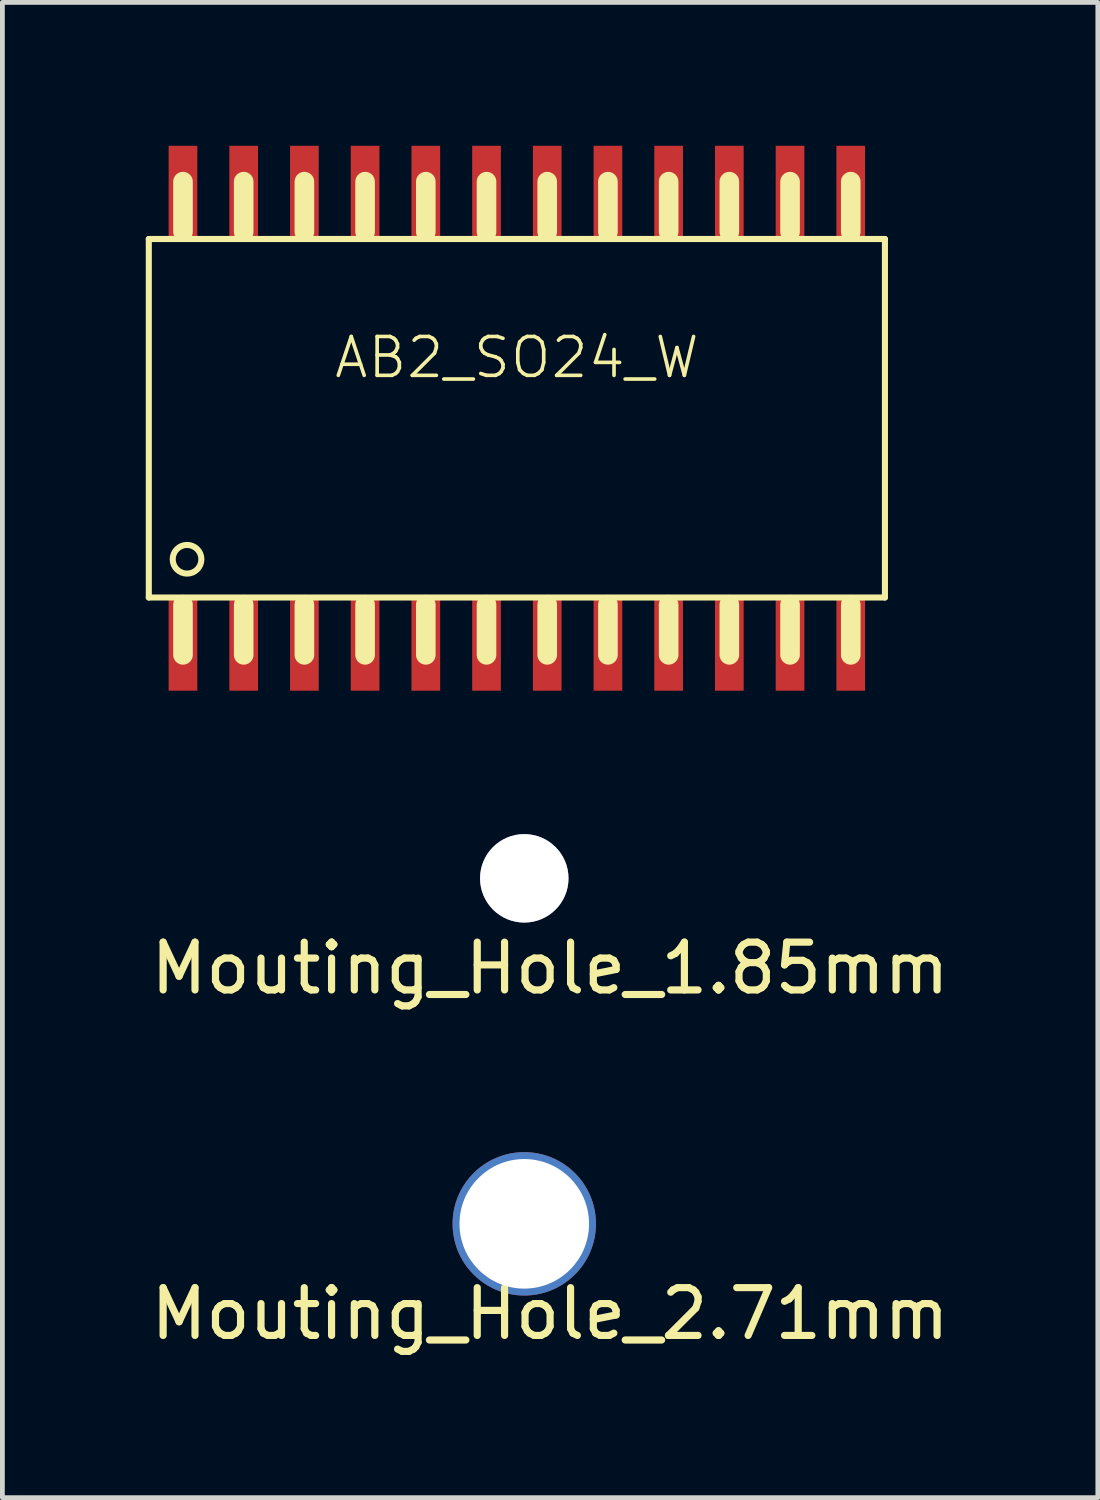
<source format=kicad_pcb>
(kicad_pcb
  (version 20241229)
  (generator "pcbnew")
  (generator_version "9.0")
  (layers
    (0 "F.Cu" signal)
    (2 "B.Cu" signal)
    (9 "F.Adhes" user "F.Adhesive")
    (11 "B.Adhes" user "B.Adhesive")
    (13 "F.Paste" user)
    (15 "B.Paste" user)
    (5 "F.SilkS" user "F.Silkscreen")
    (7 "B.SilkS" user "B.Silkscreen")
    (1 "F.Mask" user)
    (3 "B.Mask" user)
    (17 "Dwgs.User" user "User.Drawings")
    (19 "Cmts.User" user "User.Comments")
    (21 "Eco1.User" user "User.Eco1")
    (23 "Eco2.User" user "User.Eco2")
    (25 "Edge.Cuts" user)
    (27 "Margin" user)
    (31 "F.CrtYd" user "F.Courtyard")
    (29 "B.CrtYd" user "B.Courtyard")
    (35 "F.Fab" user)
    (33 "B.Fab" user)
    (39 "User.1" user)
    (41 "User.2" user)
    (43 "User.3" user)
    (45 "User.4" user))
  (footprint "Mouting_Hole_2.71mm"
    (layer "F.Cu")
    (at 7.918 22.553)
    (property "Reference" "Mouting_Hole_2.71mm" (at 0.54 1.88 0) (layer "F.SilkS") (effects (font (size 1 1) (thickness 0.15))))
    (attr through_hole)
    (pad "1" thru_hole circle (at 0 0) (size 3 3) (drill 2.71) (layers "*.Cu")))
  (footprint "Mouting_Hole_1.85mm"
    (layer "F.Cu")
    (at 7.918 15.325)
    (property "Reference" "Mouting_Hole_1.85mm" (at 0.54 1.88 0) (layer "F.SilkS") (effects (font (size 1 1) (thickness 0.15))))
    (attr through_hole)
    (pad "1" thru_hole circle (at 0 0) (size 1.85 1.85) (drill 1.85) (layers "*.Cu")))
  (footprint "AB2_SO24_W"
    (layer "F.Cu")
    (at 7.763 5.7)
    (property "Reference" "AB2_SO24_W" (at 0 -1.27 0) (layer "F.SilkS") (effects (font (size 0.813 0.813) (thickness 0.076))))
    (attr through_hole)
    (fp_line (start -7.7 -3.75) (end 7.7 -3.75) (stroke (width 0.127) (type solid)) (layer "F.SilkS"))
    (fp_line (start -7.7 3.75) (end -7.7 -3.75) (stroke (width 0.127) (type solid)) (layer "F.SilkS"))
    (fp_line (start -6.985 -4.95) (end -6.985 -3.9) (stroke (width 0.41) (type solid)) (layer "F.SilkS"))
    (fp_line (start -6.985 3.9) (end -6.985 4.95) (stroke (width 0.41) (type solid)) (layer "F.SilkS"))
    (fp_line (start -5.715 -4.95) (end -5.715 -3.9) (stroke (width 0.41) (type solid)) (layer "F.SilkS"))
    (fp_line (start -5.715 3.9) (end -5.715 4.95) (stroke (width 0.41) (type solid)) (layer "F.SilkS"))
    (fp_line (start -4.445 -4.95) (end -4.445 -3.9) (stroke (width 0.41) (type solid)) (layer "F.SilkS"))
    (fp_line (start -4.445 3.9) (end -4.445 4.95) (stroke (width 0.41) (type solid)) (layer "F.SilkS"))
    (fp_line (start -3.175 -4.95) (end -3.175 -3.9) (stroke (width 0.41) (type solid)) (layer "F.SilkS"))
    (fp_line (start -3.175 3.9) (end -3.175 4.95) (stroke (width 0.41) (type solid)) (layer "F.SilkS"))
    (fp_line (start -1.905 -4.95) (end -1.905 -3.9) (stroke (width 0.41) (type solid)) (layer "F.SilkS"))
    (fp_line (start -1.905 3.9) (end -1.905 4.95) (stroke (width 0.41) (type solid)) (layer "F.SilkS"))
    (fp_line (start -0.635 -4.95) (end -0.635 -3.9) (stroke (width 0.41) (type solid)) (layer "F.SilkS"))
    (fp_line (start -0.635 3.9) (end -0.635 4.95) (stroke (width 0.41) (type solid)) (layer "F.SilkS"))
    (fp_line (start 0.635 -4.95) (end 0.635 -3.9) (stroke (width 0.41) (type solid)) (layer "F.SilkS"))
    (fp_line (start 0.635 3.9) (end 0.635 4.95) (stroke (width 0.41) (type solid)) (layer "F.SilkS"))
    (fp_line (start 1.905 -4.95) (end 1.905 -3.9) (stroke (width 0.41) (type solid)) (layer "F.SilkS"))
    (fp_line (start 1.905 3.9) (end 1.905 4.95) (stroke (width 0.41) (type solid)) (layer "F.SilkS"))
    (fp_line (start 3.175 -4.95) (end 3.175 -3.9) (stroke (width 0.41) (type solid)) (layer "F.SilkS"))
    (fp_line (start 3.175 3.9) (end 3.175 4.95) (stroke (width 0.41) (type solid)) (layer "F.SilkS"))
    (fp_line (start 4.445 -4.95) (end 4.445 -3.9) (stroke (width 0.41) (type solid)) (layer "F.SilkS"))
    (fp_line (start 4.445 3.9) (end 4.445 4.95) (stroke (width 0.41) (type solid)) (layer "F.SilkS"))
    (fp_line (start 5.715 -4.95) (end 5.715 -3.9) (stroke (width 0.41) (type solid)) (layer "F.SilkS"))
    (fp_line (start 5.715 3.9) (end 5.715 4.95) (stroke (width 0.41) (type solid)) (layer "F.SilkS"))
    (fp_line (start 6.985 -4.95) (end 6.985 -3.9) (stroke (width 0.41) (type solid)) (layer "F.SilkS"))
    (fp_line (start 6.985 3.9) (end 6.985 4.95) (stroke (width 0.41) (type solid)) (layer "F.SilkS"))
    (fp_line (start 7.7 -3.75) (end 7.7 3.75) (stroke (width 0.127) (type solid)) (layer "F.SilkS"))
    (fp_line (start 7.7 3.75) (end -7.7 3.75) (stroke (width 0.127) (type solid)) (layer "F.SilkS"))
    (fp_circle (center -6.9 2.95) (end -6.9 2.65) (stroke (width 0.127) (type solid)) (fill no) (layer "F.SilkS"))
    (pad "1" smd rect (at -6.985 4.7) (size 0.6 2) (layers "F.Cu" "F.Mask" "F.Paste"))
    (pad "2" smd rect (at -5.715 4.7) (size 0.6 2) (layers "F.Cu" "F.Mask" "F.Paste"))
    (pad "3" smd rect (at -4.445 4.7) (size 0.6 2) (layers "F.Cu" "F.Mask" "F.Paste"))
    (pad "4" smd rect (at -3.175 4.7) (size 0.6 2) (layers "F.Cu" "F.Mask" "F.Paste"))
    (pad "5" smd rect (at -1.905 4.7) (size 0.6 2) (layers "F.Cu" "F.Mask" "F.Paste"))
    (pad "6" smd rect (at -0.635 4.7) (size 0.6 2) (layers "F.Cu" "F.Mask" "F.Paste"))
    (pad "7" smd rect (at 0.635 4.7) (size 0.6 2) (layers "F.Cu" "F.Mask" "F.Paste"))
    (pad "8" smd rect (at 1.905 4.7) (size 0.6 2) (layers "F.Cu" "F.Mask" "F.Paste"))
    (pad "9" smd rect (at 3.175 4.7) (size 0.6 2) (layers "F.Cu" "F.Mask" "F.Paste"))
    (pad "10" smd rect (at 4.445 4.7) (size 0.6 2) (layers "F.Cu" "F.Mask" "F.Paste"))
    (pad "11" smd rect (at 5.715 4.7) (size 0.6 2) (layers "F.Cu" "F.Mask" "F.Paste"))
    (pad "12" smd rect (at 6.985 4.7) (size 0.6 2) (layers "F.Cu" "F.Mask" "F.Paste"))
    (pad "13" smd rect (at 6.985 -4.7) (size 0.6 2) (layers "F.Cu" "F.Mask" "F.Paste"))
    (pad "14" smd rect (at 5.715 -4.7) (size 0.6 2) (layers "F.Cu" "F.Mask" "F.Paste"))
    (pad "15" smd rect (at 4.445 -4.7) (size 0.6 2) (layers "F.Cu" "F.Mask" "F.Paste"))
    (pad "16" smd rect (at 3.175 -4.7) (size 0.6 2) (layers "F.Cu" "F.Mask" "F.Paste"))
    (pad "17" smd rect (at 1.905 -4.7) (size 0.6 2) (layers "F.Cu" "F.Mask" "F.Paste"))
    (pad "18" smd rect (at 0.635 -4.7) (size 0.6 2) (layers "F.Cu" "F.Mask" "F.Paste"))
    (pad "19" smd rect (at -0.635 -4.7) (size 0.6 2) (layers "F.Cu" "F.Mask" "F.Paste"))
    (pad "20" smd rect (at -1.905 -4.7) (size 0.6 2) (layers "F.Cu" "F.Mask" "F.Paste"))
    (pad "21" smd rect (at -3.175 -4.7) (size 0.6 2) (layers "F.Cu" "F.Mask" "F.Paste"))
    (pad "22" smd rect (at -4.445 -4.7) (size 0.6 2) (layers "F.Cu" "F.Mask" "F.Paste"))
    (pad "23" smd rect (at -5.715 -4.7) (size 0.6 2) (layers "F.Cu" "F.Mask" "F.Paste"))
    (pad "24" smd rect (at -6.985 -4.7) (size 0.6 2) (layers "F.Cu" "F.Mask" "F.Paste")))
  (gr_rect
    (start -3 -3)
    (end 19.917 28.282)
    (stroke (width 0.1) (type default))
    (fill no)
    (layer "Edge.Cuts")))
</source>
